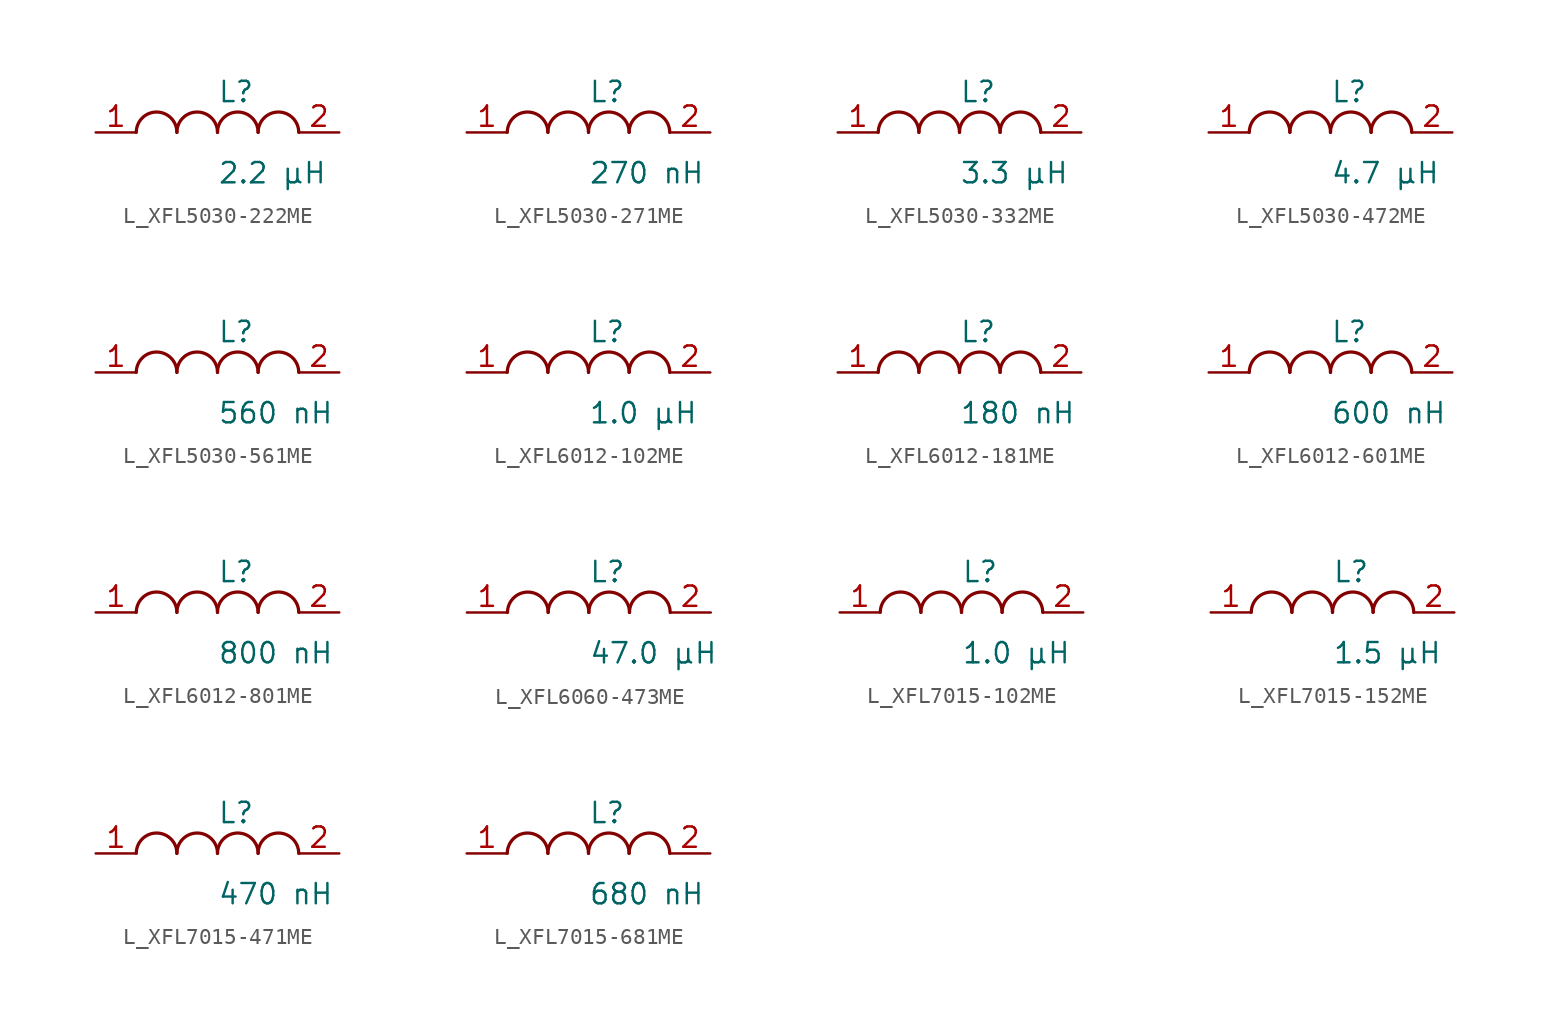
<source format=kicad_sym>
(kicad_symbol_lib
  (version 20231120)
  (generator kicad_symbol_editor)
  (generator_version 8.0)
  (symbol "L_XFL5030-222ME"
    (pin_names
      (offset 0.254))
    (property "Reference" "L"
      (at 0.0 2.54 0)
      (effects (font (size 1.27 1.27)) (justify left)))
    (property "Value" "2.2 µH"
      (at 0.0 -2.54 0)
      (effects (font (size 1.27 1.27)) (justify left)))
    (symbol "L_XFL5030-222ME_1_1"
      (arc (start -2.54 0.0056) (mid -3.81 1.27) (end -5.08 0.0056) (stroke (width 0.2032) (type default)) (fill (type none)))
      (arc (start 0 0.0056) (mid -1.27 1.27) (end -2.54 0.0056) (stroke (width 0.2032) (type default)) (fill (type none)))
      (arc (start 2.54 0.0056) (mid 1.27 1.27) (end 0 0.0056) (stroke (width 0.2032) (type default)) (fill (type none)))
      (arc (start 5.08 0.0056) (mid 3.81 1.27) (end 2.54 0.0056) (stroke (width 0.2032) (type default)) (fill (type none)))
      (pin unspecified line (at -7.62 0 0) (length 2.54) (name "" (effects (font (size 1.27 1.27)))) (number "1" (effects (font (size 1.27 1.27)))))
      (pin unspecified line (at 7.62 0 180) (length 2.54) (name "" (effects (font (size 1.27 1.27)))) (number "2" (effects (font (size 1.27 1.27)))))))
  (symbol "L_XFL5030-271ME"
    (pin_names
      (offset 0.254))
    (property "Reference" "L"
      (at 0.0 2.54 0)
      (effects (font (size 1.27 1.27)) (justify left)))
    (property "Value" "270 nH"
      (at 0.0 -2.54 0)
      (effects (font (size 1.27 1.27)) (justify left)))
    (symbol "L_XFL5030-271ME_1_1"
      (arc (start -2.54 0.0056) (mid -3.81 1.27) (end -5.08 0.0056) (stroke (width 0.2032) (type default)) (fill (type none)))
      (arc (start 0 0.0056) (mid -1.27 1.27) (end -2.54 0.0056) (stroke (width 0.2032) (type default)) (fill (type none)))
      (arc (start 2.54 0.0056) (mid 1.27 1.27) (end 0 0.0056) (stroke (width 0.2032) (type default)) (fill (type none)))
      (arc (start 5.08 0.0056) (mid 3.81 1.27) (end 2.54 0.0056) (stroke (width 0.2032) (type default)) (fill (type none)))
      (pin unspecified line (at -7.62 0 0) (length 2.54) (name "" (effects (font (size 1.27 1.27)))) (number "1" (effects (font (size 1.27 1.27)))))
      (pin unspecified line (at 7.62 0 180) (length 2.54) (name "" (effects (font (size 1.27 1.27)))) (number "2" (effects (font (size 1.27 1.27)))))))
  (symbol "L_XFL5030-332ME"
    (pin_names
      (offset 0.254))
    (property "Reference" "L"
      (at 0.0 2.54 0)
      (effects (font (size 1.27 1.27)) (justify left)))
    (property "Value" "3.3 µH"
      (at 0.0 -2.54 0)
      (effects (font (size 1.27 1.27)) (justify left)))
    (symbol "L_XFL5030-332ME_1_1"
      (arc (start -2.54 0.0056) (mid -3.81 1.27) (end -5.08 0.0056) (stroke (width 0.2032) (type default)) (fill (type none)))
      (arc (start 0 0.0056) (mid -1.27 1.27) (end -2.54 0.0056) (stroke (width 0.2032) (type default)) (fill (type none)))
      (arc (start 2.54 0.0056) (mid 1.27 1.27) (end 0 0.0056) (stroke (width 0.2032) (type default)) (fill (type none)))
      (arc (start 5.08 0.0056) (mid 3.81 1.27) (end 2.54 0.0056) (stroke (width 0.2032) (type default)) (fill (type none)))
      (pin unspecified line (at -7.62 0 0) (length 2.54) (name "" (effects (font (size 1.27 1.27)))) (number "1" (effects (font (size 1.27 1.27)))))
      (pin unspecified line (at 7.62 0 180) (length 2.54) (name "" (effects (font (size 1.27 1.27)))) (number "2" (effects (font (size 1.27 1.27)))))))
  (symbol "L_XFL5030-472ME"
    (pin_names
      (offset 0.254))
    (property "Reference" "L"
      (at 0.0 2.54 0)
      (effects (font (size 1.27 1.27)) (justify left)))
    (property "Value" "4.7 µH"
      (at 0.0 -2.54 0)
      (effects (font (size 1.27 1.27)) (justify left)))
    (symbol "L_XFL5030-472ME_1_1"
      (arc (start -2.54 0.0056) (mid -3.81 1.27) (end -5.08 0.0056) (stroke (width 0.2032) (type default)) (fill (type none)))
      (arc (start 0 0.0056) (mid -1.27 1.27) (end -2.54 0.0056) (stroke (width 0.2032) (type default)) (fill (type none)))
      (arc (start 2.54 0.0056) (mid 1.27 1.27) (end 0 0.0056) (stroke (width 0.2032) (type default)) (fill (type none)))
      (arc (start 5.08 0.0056) (mid 3.81 1.27) (end 2.54 0.0056) (stroke (width 0.2032) (type default)) (fill (type none)))
      (pin unspecified line (at -7.62 0 0) (length 2.54) (name "" (effects (font (size 1.27 1.27)))) (number "1" (effects (font (size 1.27 1.27)))))
      (pin unspecified line (at 7.62 0 180) (length 2.54) (name "" (effects (font (size 1.27 1.27)))) (number "2" (effects (font (size 1.27 1.27)))))))
  (symbol "L_XFL5030-561ME"
    (pin_names
      (offset 0.254))
    (property "Reference" "L"
      (at 0.0 2.54 0)
      (effects (font (size 1.27 1.27)) (justify left)))
    (property "Value" "560 nH"
      (at 0.0 -2.54 0)
      (effects (font (size 1.27 1.27)) (justify left)))
    (symbol "L_XFL5030-561ME_1_1"
      (arc (start -2.54 0.0056) (mid -3.81 1.27) (end -5.08 0.0056) (stroke (width 0.2032) (type default)) (fill (type none)))
      (arc (start 0 0.0056) (mid -1.27 1.27) (end -2.54 0.0056) (stroke (width 0.2032) (type default)) (fill (type none)))
      (arc (start 2.54 0.0056) (mid 1.27 1.27) (end 0 0.0056) (stroke (width 0.2032) (type default)) (fill (type none)))
      (arc (start 5.08 0.0056) (mid 3.81 1.27) (end 2.54 0.0056) (stroke (width 0.2032) (type default)) (fill (type none)))
      (pin unspecified line (at -7.62 0 0) (length 2.54) (name "" (effects (font (size 1.27 1.27)))) (number "1" (effects (font (size 1.27 1.27)))))
      (pin unspecified line (at 7.62 0 180) (length 2.54) (name "" (effects (font (size 1.27 1.27)))) (number "2" (effects (font (size 1.27 1.27)))))))
  (symbol "L_XFL6012-102ME"
    (pin_names
      (offset 0.254))
    (property "Reference" "L"
      (at 0.0 2.54 0)
      (effects (font (size 1.27 1.27)) (justify left)))
    (property "Value" "1.0 µH"
      (at 0.0 -2.54 0)
      (effects (font (size 1.27 1.27)) (justify left)))
    (symbol "L_XFL6012-102ME_1_1"
      (arc (start -2.54 0.0056) (mid -3.81 1.27) (end -5.08 0.0056) (stroke (width 0.2032) (type default)) (fill (type none)))
      (arc (start 0 0.0056) (mid -1.27 1.27) (end -2.54 0.0056) (stroke (width 0.2032) (type default)) (fill (type none)))
      (arc (start 2.54 0.0056) (mid 1.27 1.27) (end 0 0.0056) (stroke (width 0.2032) (type default)) (fill (type none)))
      (arc (start 5.08 0.0056) (mid 3.81 1.27) (end 2.54 0.0056) (stroke (width 0.2032) (type default)) (fill (type none)))
      (pin unspecified line (at -7.62 0 0) (length 2.54) (name "" (effects (font (size 1.27 1.27)))) (number "1" (effects (font (size 1.27 1.27)))))
      (pin unspecified line (at 7.62 0 180) (length 2.54) (name "" (effects (font (size 1.27 1.27)))) (number "2" (effects (font (size 1.27 1.27)))))))
  (symbol "L_XFL6012-181ME"
    (pin_names
      (offset 0.254))
    (property "Reference" "L"
      (at 0.0 2.54 0)
      (effects (font (size 1.27 1.27)) (justify left)))
    (property "Value" "180 nH"
      (at 0.0 -2.54 0)
      (effects (font (size 1.27 1.27)) (justify left)))
    (symbol "L_XFL6012-181ME_1_1"
      (arc (start -2.54 0.0056) (mid -3.81 1.27) (end -5.08 0.0056) (stroke (width 0.2032) (type default)) (fill (type none)))
      (arc (start 0 0.0056) (mid -1.27 1.27) (end -2.54 0.0056) (stroke (width 0.2032) (type default)) (fill (type none)))
      (arc (start 2.54 0.0056) (mid 1.27 1.27) (end 0 0.0056) (stroke (width 0.2032) (type default)) (fill (type none)))
      (arc (start 5.08 0.0056) (mid 3.81 1.27) (end 2.54 0.0056) (stroke (width 0.2032) (type default)) (fill (type none)))
      (pin unspecified line (at -7.62 0 0) (length 2.54) (name "" (effects (font (size 1.27 1.27)))) (number "1" (effects (font (size 1.27 1.27)))))
      (pin unspecified line (at 7.62 0 180) (length 2.54) (name "" (effects (font (size 1.27 1.27)))) (number "2" (effects (font (size 1.27 1.27)))))))
  (symbol "L_XFL6012-601ME"
    (pin_names
      (offset 0.254))
    (property "Reference" "L"
      (at 0.0 2.54 0)
      (effects (font (size 1.27 1.27)) (justify left)))
    (property "Value" "600 nH"
      (at 0.0 -2.54 0)
      (effects (font (size 1.27 1.27)) (justify left)))
    (symbol "L_XFL6012-601ME_1_1"
      (arc (start -2.54 0.0056) (mid -3.81 1.27) (end -5.08 0.0056) (stroke (width 0.2032) (type default)) (fill (type none)))
      (arc (start 0 0.0056) (mid -1.27 1.27) (end -2.54 0.0056) (stroke (width 0.2032) (type default)) (fill (type none)))
      (arc (start 2.54 0.0056) (mid 1.27 1.27) (end 0 0.0056) (stroke (width 0.2032) (type default)) (fill (type none)))
      (arc (start 5.08 0.0056) (mid 3.81 1.27) (end 2.54 0.0056) (stroke (width 0.2032) (type default)) (fill (type none)))
      (pin unspecified line (at -7.62 0 0) (length 2.54) (name "" (effects (font (size 1.27 1.27)))) (number "1" (effects (font (size 1.27 1.27)))))
      (pin unspecified line (at 7.62 0 180) (length 2.54) (name "" (effects (font (size 1.27 1.27)))) (number "2" (effects (font (size 1.27 1.27)))))))
  (symbol "L_XFL6012-801ME"
    (pin_names
      (offset 0.254))
    (property "Reference" "L"
      (at 0.0 2.54 0)
      (effects (font (size 1.27 1.27)) (justify left)))
    (property "Value" "800 nH"
      (at 0.0 -2.54 0)
      (effects (font (size 1.27 1.27)) (justify left)))
    (symbol "L_XFL6012-801ME_1_1"
      (arc (start -2.54 0.0056) (mid -3.81 1.27) (end -5.08 0.0056) (stroke (width 0.2032) (type default)) (fill (type none)))
      (arc (start 0 0.0056) (mid -1.27 1.27) (end -2.54 0.0056) (stroke (width 0.2032) (type default)) (fill (type none)))
      (arc (start 2.54 0.0056) (mid 1.27 1.27) (end 0 0.0056) (stroke (width 0.2032) (type default)) (fill (type none)))
      (arc (start 5.08 0.0056) (mid 3.81 1.27) (end 2.54 0.0056) (stroke (width 0.2032) (type default)) (fill (type none)))
      (pin unspecified line (at -7.62 0 0) (length 2.54) (name "" (effects (font (size 1.27 1.27)))) (number "1" (effects (font (size 1.27 1.27)))))
      (pin unspecified line (at 7.62 0 180) (length 2.54) (name "" (effects (font (size 1.27 1.27)))) (number "2" (effects (font (size 1.27 1.27)))))))
  (symbol "L_XFL6060-473ME"
    (pin_names
      (offset 0.254))
    (property "Reference" "L"
      (at 0.0 2.54 0)
      (effects (font (size 1.27 1.27)) (justify left)))
    (property "Value" "47.0 µH"
      (at 0.0 -2.54 0)
      (effects (font (size 1.27 1.27)) (justify left)))
    (symbol "L_XFL6060-473ME_1_1"
      (arc (start -2.54 0.0056) (mid -3.81 1.27) (end -5.08 0.0056) (stroke (width 0.2032) (type default)) (fill (type none)))
      (arc (start 0 0.0056) (mid -1.27 1.27) (end -2.54 0.0056) (stroke (width 0.2032) (type default)) (fill (type none)))
      (arc (start 2.54 0.0056) (mid 1.27 1.27) (end 0 0.0056) (stroke (width 0.2032) (type default)) (fill (type none)))
      (arc (start 5.08 0.0056) (mid 3.81 1.27) (end 2.54 0.0056) (stroke (width 0.2032) (type default)) (fill (type none)))
      (pin unspecified line (at -7.62 0 0) (length 2.54) (name "" (effects (font (size 1.27 1.27)))) (number "1" (effects (font (size 1.27 1.27)))))
      (pin unspecified line (at 7.62 0 180) (length 2.54) (name "" (effects (font (size 1.27 1.27)))) (number "2" (effects (font (size 1.27 1.27)))))))
  (symbol "L_XFL7015-102ME"
    (pin_names
      (offset 0.254))
    (property "Reference" "L"
      (at 0.0 2.54 0)
      (effects (font (size 1.27 1.27)) (justify left)))
    (property "Value" "1.0 µH"
      (at 0.0 -2.54 0)
      (effects (font (size 1.27 1.27)) (justify left)))
    (symbol "L_XFL7015-102ME_1_1"
      (arc (start -2.54 0.0056) (mid -3.81 1.27) (end -5.08 0.0056) (stroke (width 0.2032) (type default)) (fill (type none)))
      (arc (start 0 0.0056) (mid -1.27 1.27) (end -2.54 0.0056) (stroke (width 0.2032) (type default)) (fill (type none)))
      (arc (start 2.54 0.0056) (mid 1.27 1.27) (end 0 0.0056) (stroke (width 0.2032) (type default)) (fill (type none)))
      (arc (start 5.08 0.0056) (mid 3.81 1.27) (end 2.54 0.0056) (stroke (width 0.2032) (type default)) (fill (type none)))
      (pin unspecified line (at -7.62 0 0) (length 2.54) (name "" (effects (font (size 1.27 1.27)))) (number "1" (effects (font (size 1.27 1.27)))))
      (pin unspecified line (at 7.62 0 180) (length 2.54) (name "" (effects (font (size 1.27 1.27)))) (number "2" (effects (font (size 1.27 1.27)))))))
  (symbol "L_XFL7015-152ME"
    (pin_names
      (offset 0.254))
    (property "Reference" "L"
      (at 0.0 2.54 0)
      (effects (font (size 1.27 1.27)) (justify left)))
    (property "Value" "1.5 µH"
      (at 0.0 -2.54 0)
      (effects (font (size 1.27 1.27)) (justify left)))
    (symbol "L_XFL7015-152ME_1_1"
      (arc (start -2.54 0.0056) (mid -3.81 1.27) (end -5.08 0.0056) (stroke (width 0.2032) (type default)) (fill (type none)))
      (arc (start 0 0.0056) (mid -1.27 1.27) (end -2.54 0.0056) (stroke (width 0.2032) (type default)) (fill (type none)))
      (arc (start 2.54 0.0056) (mid 1.27 1.27) (end 0 0.0056) (stroke (width 0.2032) (type default)) (fill (type none)))
      (arc (start 5.08 0.0056) (mid 3.81 1.27) (end 2.54 0.0056) (stroke (width 0.2032) (type default)) (fill (type none)))
      (pin unspecified line (at -7.62 0 0) (length 2.54) (name "" (effects (font (size 1.27 1.27)))) (number "1" (effects (font (size 1.27 1.27)))))
      (pin unspecified line (at 7.62 0 180) (length 2.54) (name "" (effects (font (size 1.27 1.27)))) (number "2" (effects (font (size 1.27 1.27)))))))
  (symbol "L_XFL7015-471ME"
    (pin_names
      (offset 0.254))
    (property "Reference" "L"
      (at 0.0 2.54 0)
      (effects (font (size 1.27 1.27)) (justify left)))
    (property "Value" "470 nH"
      (at 0.0 -2.54 0)
      (effects (font (size 1.27 1.27)) (justify left)))
    (symbol "L_XFL7015-471ME_1_1"
      (arc (start -2.54 0.0056) (mid -3.81 1.27) (end -5.08 0.0056) (stroke (width 0.2032) (type default)) (fill (type none)))
      (arc (start 0 0.0056) (mid -1.27 1.27) (end -2.54 0.0056) (stroke (width 0.2032) (type default)) (fill (type none)))
      (arc (start 2.54 0.0056) (mid 1.27 1.27) (end 0 0.0056) (stroke (width 0.2032) (type default)) (fill (type none)))
      (arc (start 5.08 0.0056) (mid 3.81 1.27) (end 2.54 0.0056) (stroke (width 0.2032) (type default)) (fill (type none)))
      (pin unspecified line (at -7.62 0 0) (length 2.54) (name "" (effects (font (size 1.27 1.27)))) (number "1" (effects (font (size 1.27 1.27)))))
      (pin unspecified line (at 7.62 0 180) (length 2.54) (name "" (effects (font (size 1.27 1.27)))) (number "2" (effects (font (size 1.27 1.27)))))))
  (symbol "L_XFL7015-681ME"
    (pin_names
      (offset 0.254))
    (property "Reference" "L"
      (at 0.0 2.54 0)
      (effects (font (size 1.27 1.27)) (justify left)))
    (property "Value" "680 nH"
      (at 0.0 -2.54 0)
      (effects (font (size 1.27 1.27)) (justify left)))
    (symbol "L_XFL7015-681ME_1_1"
      (arc (start -2.54 0.0056) (mid -3.81 1.27) (end -5.08 0.0056) (stroke (width 0.2032) (type default)) (fill (type none)))
      (arc (start 0 0.0056) (mid -1.27 1.27) (end -2.54 0.0056) (stroke (width 0.2032) (type default)) (fill (type none)))
      (arc (start 2.54 0.0056) (mid 1.27 1.27) (end 0 0.0056) (stroke (width 0.2032) (type default)) (fill (type none)))
      (arc (start 5.08 0.0056) (mid 3.81 1.27) (end 2.54 0.0056) (stroke (width 0.2032) (type default)) (fill (type none)))
      (pin unspecified line (at -7.62 0 0) (length 2.54) (name "" (effects (font (size 1.27 1.27)))) (number "1" (effects (font (size 1.27 1.27)))))
      (pin unspecified line (at 7.62 0 180) (length 2.54) (name "" (effects (font (size 1.27 1.27)))) (number "2" (effects (font (size 1.27 1.27))))))))
</source>
